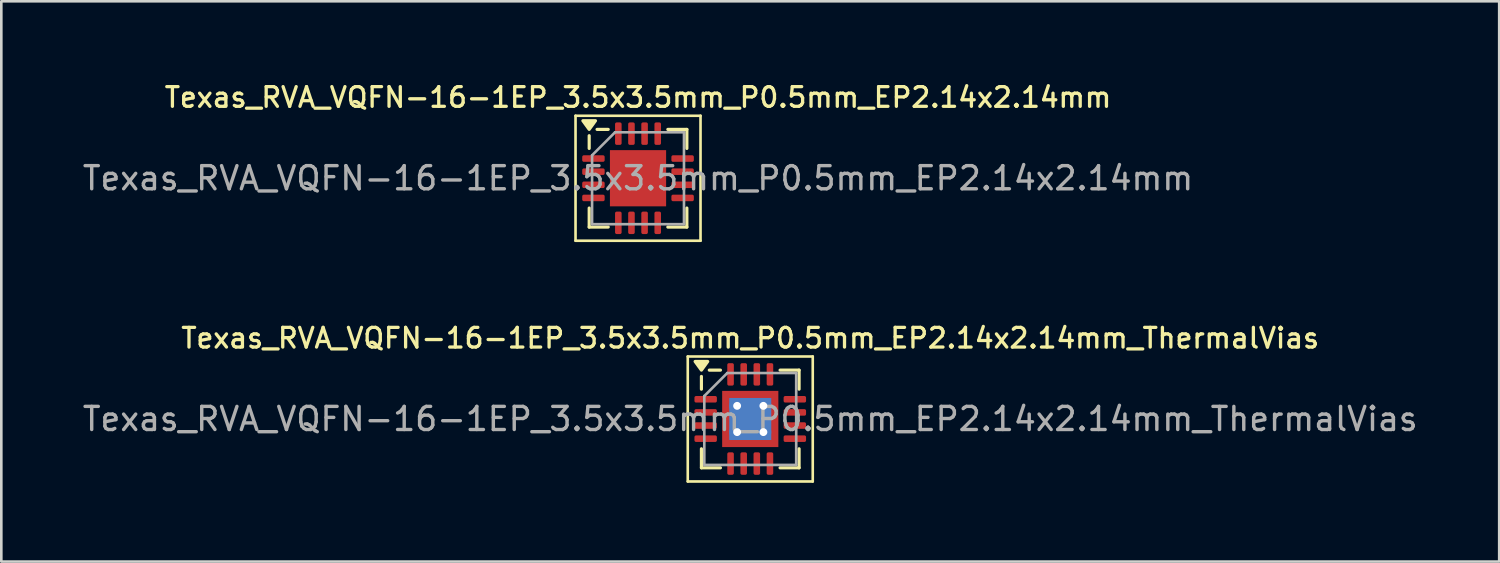
<source format=kicad_pcb>
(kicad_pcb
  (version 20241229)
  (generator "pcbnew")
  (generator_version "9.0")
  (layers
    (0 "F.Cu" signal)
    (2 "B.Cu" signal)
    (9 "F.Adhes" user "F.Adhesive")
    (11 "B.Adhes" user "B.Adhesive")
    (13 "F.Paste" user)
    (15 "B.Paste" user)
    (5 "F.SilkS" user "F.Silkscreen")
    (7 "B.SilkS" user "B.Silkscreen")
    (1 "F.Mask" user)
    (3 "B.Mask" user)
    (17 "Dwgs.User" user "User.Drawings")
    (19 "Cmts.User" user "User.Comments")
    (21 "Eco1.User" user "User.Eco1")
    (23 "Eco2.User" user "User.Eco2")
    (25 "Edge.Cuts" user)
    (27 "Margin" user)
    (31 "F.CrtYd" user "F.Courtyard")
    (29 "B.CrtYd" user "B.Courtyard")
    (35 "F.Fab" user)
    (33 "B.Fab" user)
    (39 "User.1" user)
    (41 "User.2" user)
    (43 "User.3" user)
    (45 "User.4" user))
  (footprint "Texas_RVA_VQFN-16-1EP_3.5x3.5mm_P0.5mm_EP2.14x2.14mm"
    (layer "F.Cu")
    (at 21.248 3.738)
    (property "Reference" "Texas_RVA_VQFN-16-1EP_3.5x3.5mm_P0.5mm_EP2.14x2.14mm" (at 0 -3.08 0) (layer "F.SilkS") (effects (font (size 0.75 0.75) (thickness 0.125))))
    (attr smd)
    (fp_line (start -2.38 -2.38) (end -2.38 2.38) (stroke (width 0.1) (type solid)) (layer "F.SilkS"))
    (fp_line (start -2.38 2.38) (end 2.38 2.38) (stroke (width 0.1) (type solid)) (layer "F.SilkS"))
    (fp_line (start -1.86 -1.135) (end -1.86 -1.62) (stroke (width 0.12) (type solid)) (layer "F.SilkS"))
    (fp_line (start -1.86 1.86) (end -1.86 1.135) (stroke (width 0.12) (type solid)) (layer "F.SilkS"))
    (fp_line (start -1.135 -1.86) (end -1.56 -1.86) (stroke (width 0.12) (type solid)) (layer "F.SilkS"))
    (fp_line (start -1.135 1.86) (end -1.86 1.86) (stroke (width 0.12) (type solid)) (layer "F.SilkS"))
    (fp_line (start 1.135 -1.86) (end 1.86 -1.86) (stroke (width 0.12) (type solid)) (layer "F.SilkS"))
    (fp_line (start 1.135 1.86) (end 1.86 1.86) (stroke (width 0.12) (type solid)) (layer "F.SilkS"))
    (fp_line (start 1.86 -1.86) (end 1.86 -1.135) (stroke (width 0.12) (type solid)) (layer "F.SilkS"))
    (fp_line (start 1.86 1.86) (end 1.86 1.135) (stroke (width 0.12) (type solid)) (layer "F.SilkS"))
    (fp_line (start 2.38 -2.38) (end -2.38 -2.38) (stroke (width 0.1) (type solid)) (layer "F.SilkS"))
    (fp_line (start 2.38 2.38) (end 2.38 -2.38) (stroke (width 0.1) (type solid)) (layer "F.SilkS"))
    (fp_poly (pts (xy -1.86 -1.86) (xy -2.1 -2.19) (xy -1.62 -2.19) (xy -1.86 -1.86)) (stroke (width 0.12) (type solid)) (fill yes) (layer "F.SilkS"))
    (fp_line (start -1.75 -0.875) (end -0.875 -1.75) (stroke (width 0.1) (type solid)) (layer "F.Fab"))
    (fp_line (start -1.75 1.75) (end -1.75 -0.875) (stroke (width 0.1) (type solid)) (layer "F.Fab"))
    (fp_line (start -0.875 -1.75) (end 1.75 -1.75) (stroke (width 0.1) (type solid)) (layer "F.Fab"))
    (fp_line (start 1.75 -1.75) (end 1.75 1.75) (stroke (width 0.1) (type solid)) (layer "F.Fab"))
    (fp_line (start 1.75 1.75) (end -1.75 1.75) (stroke (width 0.1) (type solid)) (layer "F.Fab"))
    (fp_text user "${REFERENCE}" (at 0 0 0) (layer "F.Fab") (effects (font (size 0.88 0.88) (thickness 0.13))))
    (pad "" smd roundrect (at -0.535 -0.535) (size 0.86 0.86) (layers "F.Paste") (roundrect_rratio 0.25))
    (pad "" smd roundrect (at -0.535 0.535) (size 0.86 0.86) (layers "F.Paste") (roundrect_rratio 0.25))
    (pad "" smd roundrect (at 0.535 -0.535) (size 0.86 0.86) (layers "F.Paste") (roundrect_rratio 0.25))
    (pad "" smd roundrect (at 0.535 0.535) (size 0.86 0.86) (layers "F.Paste") (roundrect_rratio 0.25))
    (pad "1" smd roundrect (at -1.698 -0.75) (size 0.855 0.25) (layers "F.Cu" "F.Mask" "F.Paste") (roundrect_rratio 0.25))
    (pad "2" smd roundrect (at -1.698 -0.25) (size 0.855 0.25) (layers "F.Cu" "F.Mask" "F.Paste") (roundrect_rratio 0.25))
    (pad "3" smd roundrect (at -1.698 0.25) (size 0.855 0.25) (layers "F.Cu" "F.Mask" "F.Paste") (roundrect_rratio 0.25))
    (pad "4" smd roundrect (at -1.698 0.75) (size 0.855 0.25) (layers "F.Cu" "F.Mask" "F.Paste") (roundrect_rratio 0.25))
    (pad "5" smd roundrect (at -0.75 1.698) (size 0.25 0.855) (layers "F.Cu" "F.Mask" "F.Paste") (roundrect_rratio 0.25))
    (pad "6" smd roundrect (at -0.25 1.698) (size 0.25 0.855) (layers "F.Cu" "F.Mask" "F.Paste") (roundrect_rratio 0.25))
    (pad "7" smd roundrect (at 0.25 1.698) (size 0.25 0.855) (layers "F.Cu" "F.Mask" "F.Paste") (roundrect_rratio 0.25))
    (pad "8" smd roundrect (at 0.75 1.698) (size 0.25 0.855) (layers "F.Cu" "F.Mask" "F.Paste") (roundrect_rratio 0.25))
    (pad "9" smd roundrect (at 1.698 0.75) (size 0.855 0.25) (layers "F.Cu" "F.Mask" "F.Paste") (roundrect_rratio 0.25))
    (pad "10" smd roundrect (at 1.698 0.25) (size 0.855 0.25) (layers "F.Cu" "F.Mask" "F.Paste") (roundrect_rratio 0.25))
    (pad "11" smd roundrect (at 1.698 -0.25) (size 0.855 0.25) (layers "F.Cu" "F.Mask" "F.Paste") (roundrect_rratio 0.25))
    (pad "12" smd roundrect (at 1.698 -0.75) (size 0.855 0.25) (layers "F.Cu" "F.Mask" "F.Paste") (roundrect_rratio 0.25))
    (pad "13" smd roundrect (at 0.75 -1.698) (size 0.25 0.855) (layers "F.Cu" "F.Mask" "F.Paste") (roundrect_rratio 0.25))
    (pad "14" smd roundrect (at 0.25 -1.698) (size 0.25 0.855) (layers "F.Cu" "F.Mask" "F.Paste") (roundrect_rratio 0.25))
    (pad "15" smd roundrect (at -0.25 -1.698) (size 0.25 0.855) (layers "F.Cu" "F.Mask" "F.Paste") (roundrect_rratio 0.25))
    (pad "16" smd roundrect (at -0.75 -1.698) (size 0.25 0.855) (layers "F.Cu" "F.Mask" "F.Paste") (roundrect_rratio 0.25))
    (pad "17" smd rect (at 0 0) (size 2.14 2.14) (property pad_prop_heatsink) (layers "F.Cu" "F.Mask")))
  (footprint "Texas_RVA_VQFN-16-1EP_3.5x3.5mm_P0.5mm_EP2.14x2.14mm_ThermalVias"
    (layer "F.Cu")
    (at 25.522 12.906)
    (property "Reference" "Texas_RVA_VQFN-16-1EP_3.5x3.5mm_P0.5mm_EP2.14x2.14mm_ThermalVias" (at 0 -3.08 0) (layer "F.SilkS") (effects (font (size 0.75 0.75) (thickness 0.125))))
    (attr smd)
    (fp_line (start -2.38 -2.38) (end -2.38 2.38) (stroke (width 0.1) (type solid)) (layer "F.SilkS"))
    (fp_line (start -2.38 2.38) (end 2.38 2.38) (stroke (width 0.1) (type solid)) (layer "F.SilkS"))
    (fp_line (start -1.86 -1.135) (end -1.86 -1.62) (stroke (width 0.12) (type solid)) (layer "F.SilkS"))
    (fp_line (start -1.86 1.86) (end -1.86 1.135) (stroke (width 0.12) (type solid)) (layer "F.SilkS"))
    (fp_line (start -1.135 -1.86) (end -1.56 -1.86) (stroke (width 0.12) (type solid)) (layer "F.SilkS"))
    (fp_line (start -1.135 1.86) (end -1.86 1.86) (stroke (width 0.12) (type solid)) (layer "F.SilkS"))
    (fp_line (start 1.135 -1.86) (end 1.86 -1.86) (stroke (width 0.12) (type solid)) (layer "F.SilkS"))
    (fp_line (start 1.135 1.86) (end 1.86 1.86) (stroke (width 0.12) (type solid)) (layer "F.SilkS"))
    (fp_line (start 1.86 -1.86) (end 1.86 -1.135) (stroke (width 0.12) (type solid)) (layer "F.SilkS"))
    (fp_line (start 1.86 1.86) (end 1.86 1.135) (stroke (width 0.12) (type solid)) (layer "F.SilkS"))
    (fp_line (start 2.38 -2.38) (end -2.38 -2.38) (stroke (width 0.1) (type solid)) (layer "F.SilkS"))
    (fp_line (start 2.38 2.38) (end 2.38 -2.38) (stroke (width 0.1) (type solid)) (layer "F.SilkS"))
    (fp_poly (pts (xy -1.86 -1.86) (xy -2.1 -2.19) (xy -1.62 -2.19) (xy -1.86 -1.86)) (stroke (width 0.12) (type solid)) (fill yes) (layer "F.SilkS"))
    (fp_line (start -1.75 -0.875) (end -0.875 -1.75) (stroke (width 0.1) (type solid)) (layer "F.Fab"))
    (fp_line (start -1.75 1.75) (end -1.75 -0.875) (stroke (width 0.1) (type solid)) (layer "F.Fab"))
    (fp_line (start -0.875 -1.75) (end 1.75 -1.75) (stroke (width 0.1) (type solid)) (layer "F.Fab"))
    (fp_line (start 1.75 -1.75) (end 1.75 1.75) (stroke (width 0.1) (type solid)) (layer "F.Fab"))
    (fp_line (start 1.75 1.75) (end -1.75 1.75) (stroke (width 0.1) (type solid)) (layer "F.Fab"))
    (fp_text user "${REFERENCE}" (at 0 0 0) (layer "F.Fab") (effects (font (size 0.88 0.88) (thickness 0.13))))
    (pad "" smd roundrect (at -0.535 -0.535) (size 0.85 0.85) (layers "F.Paste") (roundrect_rratio 0.25))
    (pad "" smd roundrect (at -0.535 0.535) (size 0.85 0.85) (layers "F.Paste") (roundrect_rratio 0.25))
    (pad "" smd roundrect (at 0.535 -0.535) (size 0.85 0.85) (layers "F.Paste") (roundrect_rratio 0.25))
    (pad "" smd roundrect (at 0.535 0.535) (size 0.85 0.85) (layers "F.Paste") (roundrect_rratio 0.25))
    (pad "1" smd roundrect (at -1.698 -0.75) (size 0.855 0.25) (layers "F.Cu" "F.Mask" "F.Paste") (roundrect_rratio 0.25))
    (pad "2" smd roundrect (at -1.698 -0.25) (size 0.855 0.25) (layers "F.Cu" "F.Mask" "F.Paste") (roundrect_rratio 0.25))
    (pad "3" smd roundrect (at -1.698 0.25) (size 0.855 0.25) (layers "F.Cu" "F.Mask" "F.Paste") (roundrect_rratio 0.25))
    (pad "4" smd roundrect (at -1.698 0.75) (size 0.855 0.25) (layers "F.Cu" "F.Mask" "F.Paste") (roundrect_rratio 0.25))
    (pad "5" smd roundrect (at -0.75 1.698) (size 0.25 0.855) (layers "F.Cu" "F.Mask" "F.Paste") (roundrect_rratio 0.25))
    (pad "6" smd roundrect (at -0.25 1.698) (size 0.25 0.855) (layers "F.Cu" "F.Mask" "F.Paste") (roundrect_rratio 0.25))
    (pad "7" smd roundrect (at 0.25 1.698) (size 0.25 0.855) (layers "F.Cu" "F.Mask" "F.Paste") (roundrect_rratio 0.25))
    (pad "8" smd roundrect (at 0.75 1.698) (size 0.25 0.855) (layers "F.Cu" "F.Mask" "F.Paste") (roundrect_rratio 0.25))
    (pad "9" smd roundrect (at 1.698 0.75) (size 0.855 0.25) (layers "F.Cu" "F.Mask" "F.Paste") (roundrect_rratio 0.25))
    (pad "10" smd roundrect (at 1.698 0.25) (size 0.855 0.25) (layers "F.Cu" "F.Mask" "F.Paste") (roundrect_rratio 0.25))
    (pad "11" smd roundrect (at 1.698 -0.25) (size 0.855 0.25) (layers "F.Cu" "F.Mask" "F.Paste") (roundrect_rratio 0.25))
    (pad "12" smd roundrect (at 1.698 -0.75) (size 0.855 0.25) (layers "F.Cu" "F.Mask" "F.Paste") (roundrect_rratio 0.25))
    (pad "13" smd roundrect (at 0.75 -1.698) (size 0.25 0.855) (layers "F.Cu" "F.Mask" "F.Paste") (roundrect_rratio 0.25))
    (pad "14" smd roundrect (at 0.25 -1.698) (size 0.25 0.855) (layers "F.Cu" "F.Mask" "F.Paste") (roundrect_rratio 0.25))
    (pad "15" smd roundrect (at -0.25 -1.698) (size 0.25 0.855) (layers "F.Cu" "F.Mask" "F.Paste") (roundrect_rratio 0.25))
    (pad "16" smd roundrect (at -0.75 -1.698) (size 0.25 0.855) (layers "F.Cu" "F.Mask" "F.Paste") (roundrect_rratio 0.25))
    (pad "17" thru_hole circle (at -0.5 -0.5) (size 0.6 0.6) (drill 0.3) (property pad_prop_heatsink) (layers "*.Cu"))
    (pad "17" thru_hole circle (at -0.5 0.5) (size 0.6 0.6) (drill 0.3) (property pad_prop_heatsink) (layers "*.Cu"))
    (pad "17" smd rect (at 0 0) (size 1.6 1.6) (property pad_prop_heatsink) (layers "B.Cu"))
    (pad "17" smd rect (at 0 0) (size 2.14 2.14) (property pad_prop_heatsink) (layers "F.Cu" "F.Mask"))
    (pad "17" thru_hole circle (at 0.5 -0.5) (size 0.6 0.6) (drill 0.3) (property pad_prop_heatsink) (layers "*.Cu"))
    (pad "17" thru_hole circle (at 0.5 0.5) (size 0.6 0.6) (drill 0.3) (property pad_prop_heatsink) (layers "*.Cu")))
  (gr_rect
    (start -3 -3)
    (end 54.044 18.336)
    (stroke (width 0.1) (type default))
    (fill no)
    (layer "Edge.Cuts")))
</source>
